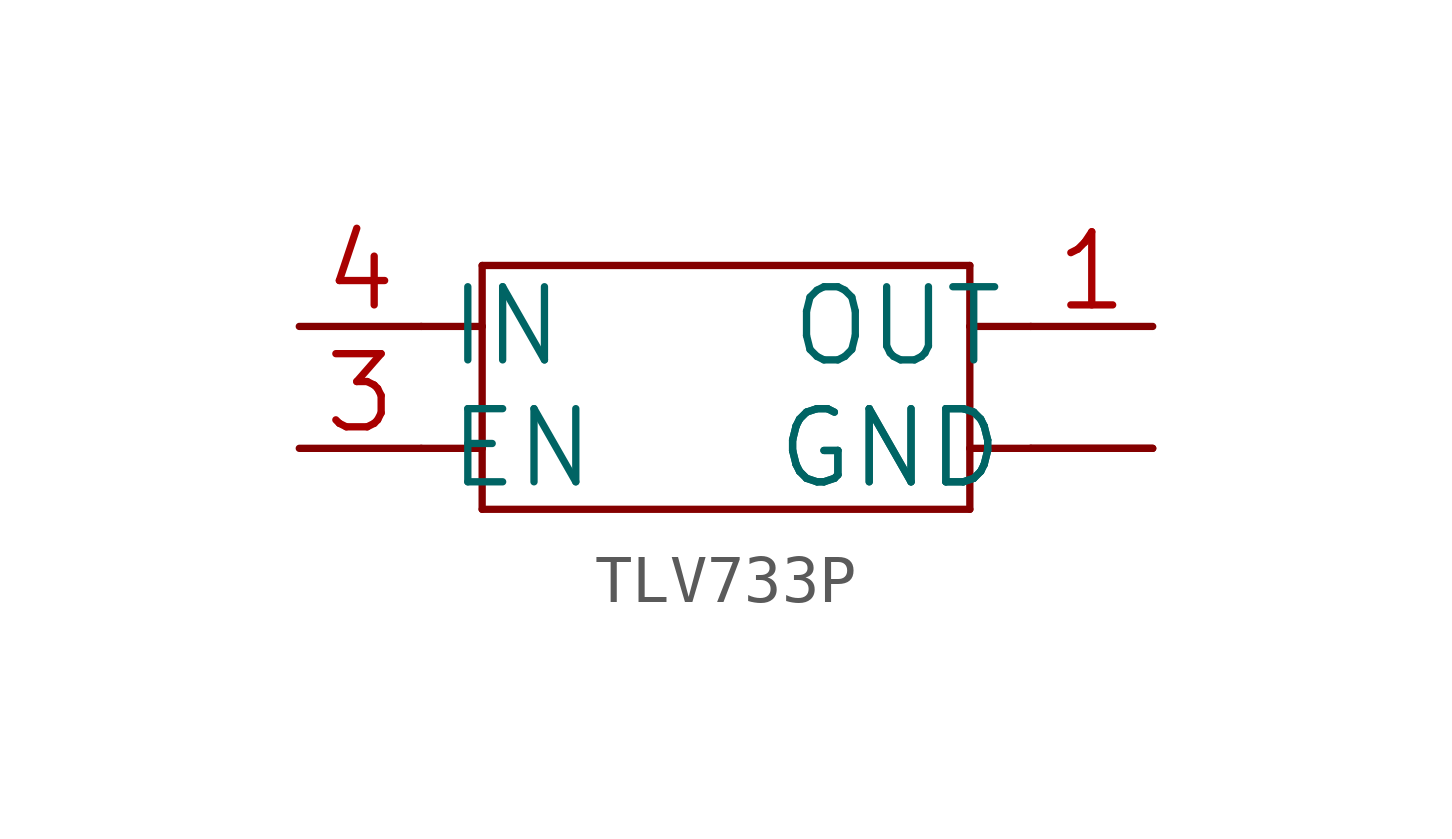
<source format=kicad_sym>
(kicad_symbol_lib
  (version 20241209)
  (generator "kicad_symbol_editor")
  (generator_version "9.0")
  (symbol "TLV733P"
    (property "Reference" "U"
      (at -5.08 2.54 0)
      (effects (font (size 1.27 1.079)) (justify left bottom) (hide yes)))
    (property "ki_locked" ""
      (at 0 0 0)
      (effects (font (size 1.27 1.27))))
    (symbol "TLV733P_1_0"
      (polyline (pts (xy -6.35 1.27) (xy -5.08 1.27)) (stroke (width 0.152) (type solid)) (fill (type none)))
      (polyline (pts (xy -6.35 -1.27) (xy -5.08 -1.27)) (stroke (width 0.152) (type solid)) (fill (type none)))
      (polyline (pts (xy -5.08 2.54) (xy 5.08 2.54)) (stroke (width 0.152) (type solid)) (fill (type none)))
      (polyline (pts (xy -5.08 1.27) (xy -5.08 2.54)) (stroke (width 0.152) (type solid)) (fill (type none)))
      (polyline (pts (xy -5.08 -1.27) (xy -5.08 1.27)) (stroke (width 0.152) (type solid)) (fill (type none)))
      (polyline (pts (xy -5.08 -2.54) (xy -5.08 -1.27)) (stroke (width 0.152) (type solid)) (fill (type none)))
      (polyline (pts (xy 5.08 2.54) (xy 5.08 1.27)) (stroke (width 0.152) (type solid)) (fill (type none)))
      (polyline (pts (xy 5.08 1.27) (xy 5.08 -1.27)) (stroke (width 0.152) (type solid)) (fill (type none)))
      (polyline (pts (xy 5.08 -1.27) (xy 5.08 -2.54)) (stroke (width 0.152) (type solid)) (fill (type none)))
      (polyline (pts (xy 5.08 -2.54) (xy -5.08 -2.54)) (stroke (width 0.152) (type solid)) (fill (type none)))
      (polyline (pts (xy 6.35 1.27) (xy 5.08 1.27)) (stroke (width 0.152) (type solid)) (fill (type none)))
      (polyline (pts (xy 6.35 -1.27) (xy 5.08 -1.27)) (stroke (width 0.152) (type solid)) (fill (type none)))
      (pin bidirectional line (at -8.89 1.27 0) (length 2.54) (name "IN" (effects (font (size 1.524 1.524)))) (number "4" (effects (font (size 1.524 1.524)))))
      (pin bidirectional line (at -8.89 -1.27 0) (length 2.54) (name "EN" (effects (font (size 1.524 1.524)))) (number "3" (effects (font (size 1.524 1.524)))))
      (pin bidirectional line (at 8.89 1.27 180) (length 2.54) (name "OUT" (effects (font (size 1.524 1.524)))) (number "1" (effects (font (size 1.524 1.524)))))
      (pin bidirectional line (at 8.89 -1.27 180) (length 2.54) (name "GND" (effects (font (size 1.524 1.524)))) (number "2" (effects (font (size 0 0)))))
      (pin bidirectional line (at 8.89 -1.27 180) (length 2.54) (name "GND" (effects (font (size 1.524 1.524)))) (number "T" (effects (font (size 0 0))))))))
</source>
